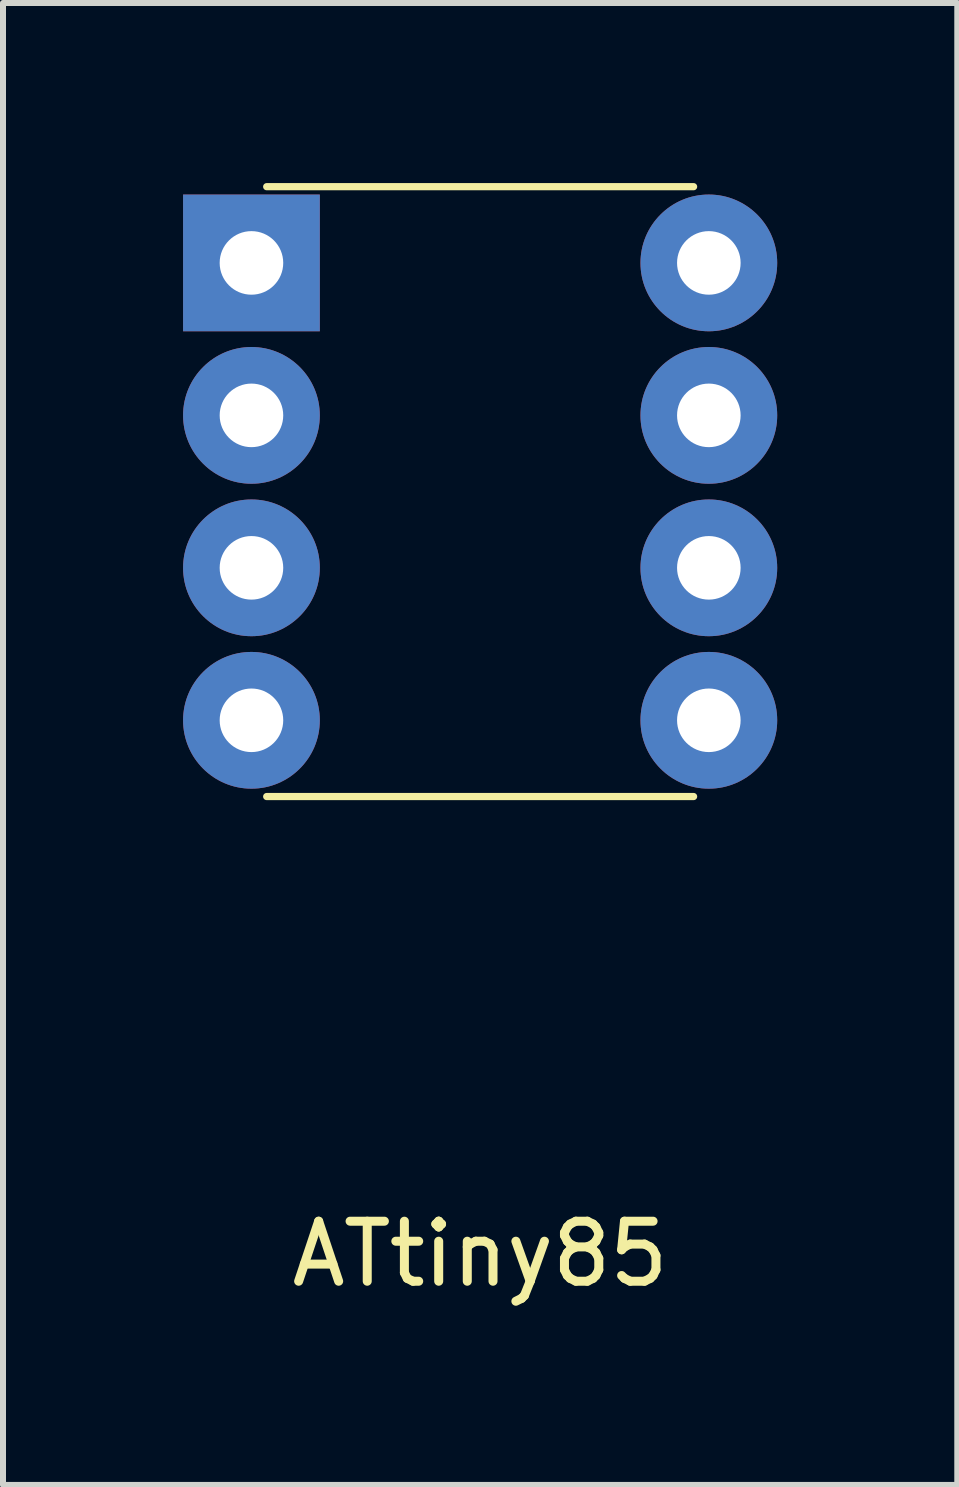
<source format=kicad_pcb>
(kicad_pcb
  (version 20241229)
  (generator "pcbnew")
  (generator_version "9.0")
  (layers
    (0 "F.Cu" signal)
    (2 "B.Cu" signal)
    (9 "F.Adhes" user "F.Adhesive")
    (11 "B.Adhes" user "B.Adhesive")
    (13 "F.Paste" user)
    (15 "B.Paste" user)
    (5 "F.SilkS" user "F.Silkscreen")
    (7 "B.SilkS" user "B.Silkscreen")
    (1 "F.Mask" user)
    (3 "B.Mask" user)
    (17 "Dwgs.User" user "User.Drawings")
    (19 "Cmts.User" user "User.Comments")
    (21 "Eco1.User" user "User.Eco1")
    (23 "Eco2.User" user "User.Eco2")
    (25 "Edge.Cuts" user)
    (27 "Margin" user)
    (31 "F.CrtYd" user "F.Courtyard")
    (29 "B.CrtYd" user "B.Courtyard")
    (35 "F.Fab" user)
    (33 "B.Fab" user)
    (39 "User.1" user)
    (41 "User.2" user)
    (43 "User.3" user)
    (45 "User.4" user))
  (footprint "ATtiny85"
    (layer "F.Cu")
    (at 4.949 5.14)
    (property "Reference" "ATtiny85" (at 0 12.7 0) (layer "F.SilkS") (effects (font (size 1 1) (thickness 0.15))))
    (attr through_hole)
    (fp_line (start -3.556 -5.08) (end 3.556 -5.08) (stroke (width 0.12) (type solid)) (layer "F.SilkS"))
    (fp_line (start -3.556 5.08) (end 3.556 5.08) (stroke (width 0.12) (type solid)) (layer "F.SilkS"))
    (pad "1" thru_hole rect (at -3.81 -3.81) (size 2.278 2.278) (drill 1.059) (layers "*.Cu" "*.Mask"))
    (pad "2" thru_hole circle (at -3.81 -1.27) (size 2.278 2.278) (drill 1.059) (layers "*.Cu" "*.Mask"))
    (pad "3" thru_hole circle (at -3.81 1.27) (size 2.278 2.278) (drill 1.059) (layers "*.Cu" "*.Mask"))
    (pad "4" thru_hole circle (at -3.81 3.81) (size 2.278 2.278) (drill 1.059) (layers "*.Cu" "*.Mask"))
    (pad "5" thru_hole circle (at 3.81 3.81) (size 2.278 2.278) (drill 1.059) (layers "*.Cu" "*.Mask"))
    (pad "6" thru_hole circle (at 3.81 1.27) (size 2.278 2.278) (drill 1.059) (layers "*.Cu" "*.Mask"))
    (pad "7" thru_hole circle (at 3.81 -1.27) (size 2.278 2.278) (drill 1.059) (layers "*.Cu" "*.Mask"))
    (pad "8" thru_hole circle (at 3.81 -3.81) (size 2.278 2.278) (drill 1.059) (layers "*.Cu" "*.Mask")))
  (gr_rect
    (start -3 -3)
    (end 12.898 21.688)
    (stroke (width 0.1) (type default))
    (fill no)
    (layer "Edge.Cuts")))
</source>
